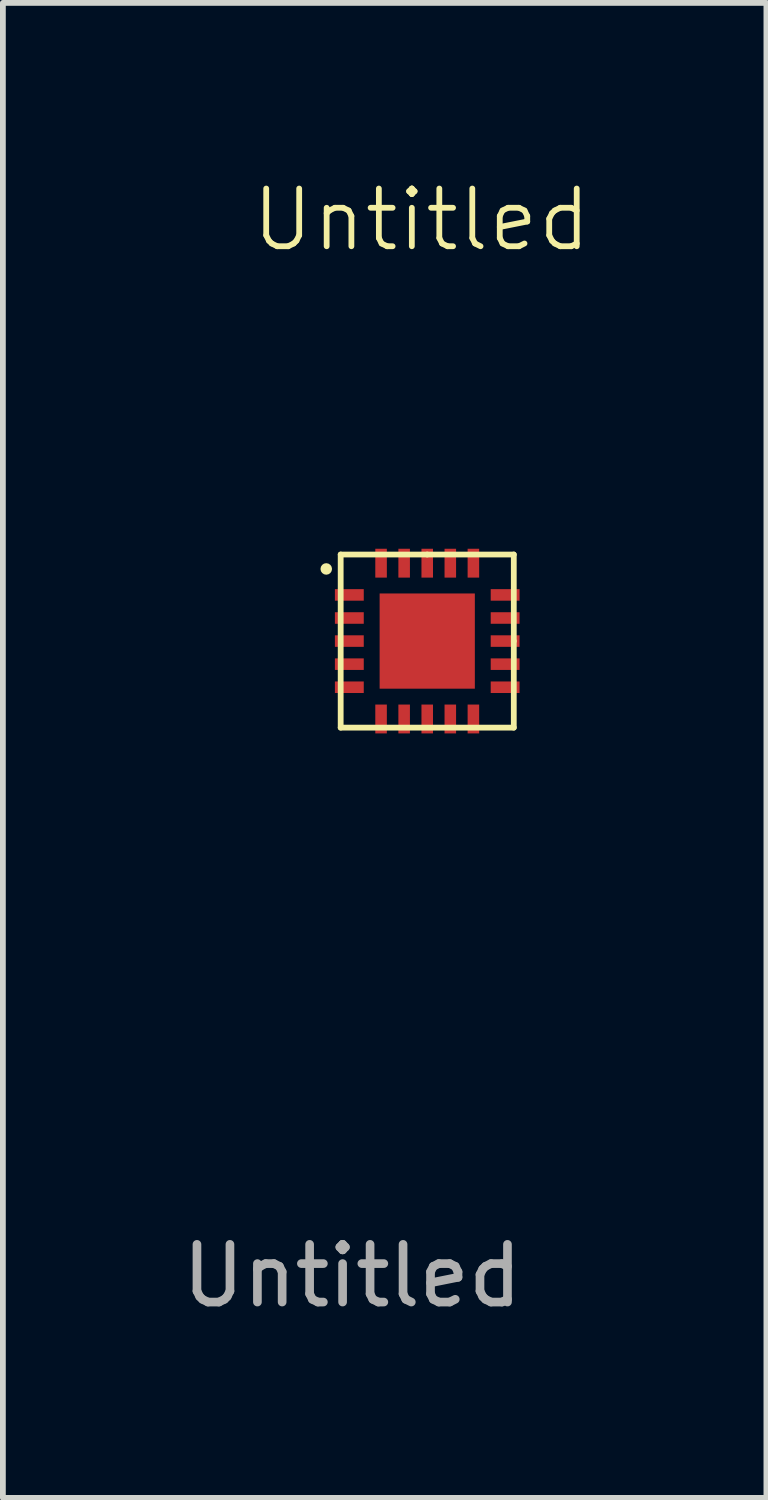
<source format=kicad_pcb>
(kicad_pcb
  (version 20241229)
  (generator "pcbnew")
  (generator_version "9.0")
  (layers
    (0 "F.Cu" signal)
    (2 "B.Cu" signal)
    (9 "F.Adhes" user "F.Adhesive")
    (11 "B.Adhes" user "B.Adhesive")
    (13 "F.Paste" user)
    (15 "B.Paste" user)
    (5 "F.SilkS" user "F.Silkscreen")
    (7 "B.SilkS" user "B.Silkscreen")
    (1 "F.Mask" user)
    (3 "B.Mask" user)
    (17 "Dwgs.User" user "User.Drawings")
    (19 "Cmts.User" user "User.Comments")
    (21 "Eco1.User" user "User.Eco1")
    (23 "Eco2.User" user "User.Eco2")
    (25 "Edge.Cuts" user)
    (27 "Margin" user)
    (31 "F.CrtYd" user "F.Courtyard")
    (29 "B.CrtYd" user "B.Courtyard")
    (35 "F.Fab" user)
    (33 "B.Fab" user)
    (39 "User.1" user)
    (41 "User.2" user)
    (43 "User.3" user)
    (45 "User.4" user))
  (footprint "Untitled"
    (layer "F.Cu")
    (at 4.354 8.06)
    (property "Reference" "Untitled" (at -0.1 -7.3 0) (unlocked yes) (layer "F.SilkS") (effects (font (size 1 1) (thickness 0.1))))
    (attr smd)
    (fp_line (start -1.5 -1.5) (end 0 -1.5) (stroke (width 0.1) (type default)) (layer "F.SilkS"))
    (fp_line (start -1.5 1.5) (end -1.5 -1.5) (stroke (width 0.1) (type default)) (layer "F.SilkS"))
    (fp_line (start 0 -1.5) (end 1.5 -1.5) (stroke (width 0.1) (type default)) (layer "F.SilkS"))
    (fp_line (start 1.5 -1.5) (end 1.5 0) (stroke (width 0.1) (type default)) (layer "F.SilkS"))
    (fp_line (start 1.5 0) (end 1.5 1.5) (stroke (width 0.1) (type default)) (layer "F.SilkS"))
    (fp_line (start 1.5 1.5) (end -1.5 1.5) (stroke (width 0.1) (type default)) (layer "F.SilkS"))
    (fp_circle (center -1.75 -1.25) (end -1.7 -1.25) (stroke (width 0.1) (type default)) (fill no) (layer "F.SilkS"))
    (fp_text user "${REFERENCE}" (at -1.3 11 0) (unlocked yes) (layer "F.Fab") (effects (font (size 1 1) (thickness 0.15))))
    (pad "1" smd rect (at -1.35 -0.8 90) (size 0.2 0.5) (layers "F.Cu" "F.Mask"))
    (pad "2" smd rect (at -1.35 -0.4 90) (size 0.2 0.5) (layers "F.Cu" "F.Mask"))
    (pad "3" smd rect (at -1.35 0 90) (size 0.2 0.5) (layers "F.Cu" "F.Mask"))
    (pad "4" smd rect (at -1.35 0.4 90) (size 0.2 0.5) (layers "F.Cu" "F.Mask"))
    (pad "5" smd rect (at -1.35 0.8 90) (size 0.2 0.5) (layers "F.Cu" "F.Mask"))
    (pad "6" smd rect (at -0.8 1.35 180) (size 0.2 0.5) (layers "F.Cu" "F.Mask"))
    (pad "7" smd rect (at -0.4 1.35 180) (size 0.2 0.5) (layers "F.Cu" "F.Mask"))
    (pad "8" smd rect (at 0 1.35 180) (size 0.2 0.5) (layers "F.Cu" "F.Mask"))
    (pad "9" smd rect (at 0.4 1.35 180) (size 0.2 0.5) (layers "F.Cu" "F.Mask"))
    (pad "10" smd rect (at 0.8 1.35 180) (size 0.2 0.5) (layers "F.Cu" "F.Mask"))
    (pad "11" smd rect (at 1.35 0.8 270) (size 0.2 0.5) (layers "F.Cu" "F.Mask"))
    (pad "12" smd rect (at 1.35 0.4 270) (size 0.2 0.5) (layers "F.Cu" "F.Mask"))
    (pad "13" smd rect (at 1.35 0 270) (size 0.2 0.5) (layers "F.Cu" "F.Mask"))
    (pad "14" smd rect (at 1.35 -0.4 270) (size 0.2 0.5) (layers "F.Cu" "F.Mask"))
    (pad "15" smd rect (at 1.35 -0.8 270) (size 0.2 0.5) (layers "F.Cu" "F.Mask"))
    (pad "16" smd rect (at 0 0) (size 1.65 1.65) (layers "F.Cu" "F.Mask"))
    (pad "16" smd rect (at 0.8 -1.35) (size 0.2 0.5) (layers "F.Cu" "F.Mask"))
    (pad "17" smd rect (at 0.4 -1.35) (size 0.2 0.5) (layers "F.Cu" "F.Mask"))
    (pad "18" smd rect (at 0 -1.35) (size 0.2 0.5) (layers "F.Cu" "F.Mask"))
    (pad "19" smd rect (at -0.4 -1.35) (size 0.2 0.5) (layers "F.Cu" "F.Mask"))
    (pad "20" smd rect (at -0.8 -1.35) (size 0.2 0.5) (layers "F.Cu" "F.Mask")))
  (gr_rect
    (start -3 -3)
    (end 10.232 22.909)
    (stroke (width 0.1) (type default))
    (fill no)
    (layer "Edge.Cuts")))
</source>
